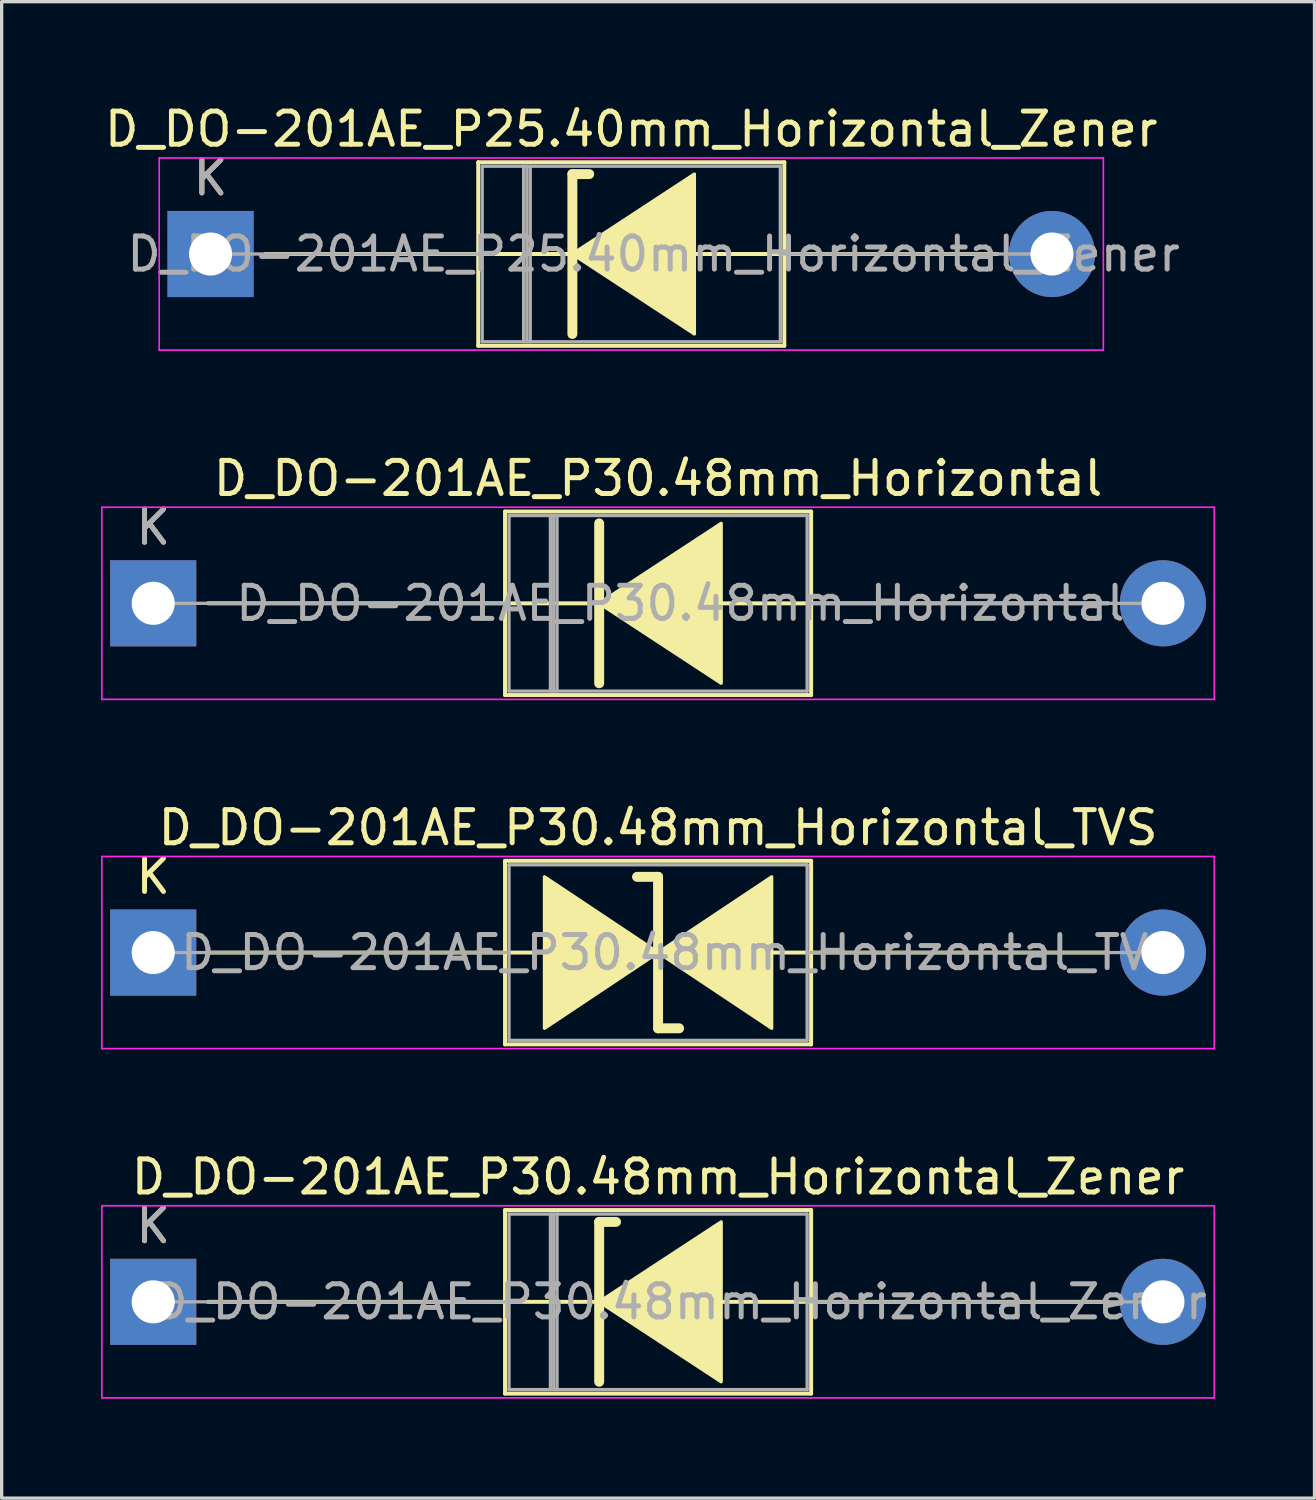
<source format=kicad_pcb>
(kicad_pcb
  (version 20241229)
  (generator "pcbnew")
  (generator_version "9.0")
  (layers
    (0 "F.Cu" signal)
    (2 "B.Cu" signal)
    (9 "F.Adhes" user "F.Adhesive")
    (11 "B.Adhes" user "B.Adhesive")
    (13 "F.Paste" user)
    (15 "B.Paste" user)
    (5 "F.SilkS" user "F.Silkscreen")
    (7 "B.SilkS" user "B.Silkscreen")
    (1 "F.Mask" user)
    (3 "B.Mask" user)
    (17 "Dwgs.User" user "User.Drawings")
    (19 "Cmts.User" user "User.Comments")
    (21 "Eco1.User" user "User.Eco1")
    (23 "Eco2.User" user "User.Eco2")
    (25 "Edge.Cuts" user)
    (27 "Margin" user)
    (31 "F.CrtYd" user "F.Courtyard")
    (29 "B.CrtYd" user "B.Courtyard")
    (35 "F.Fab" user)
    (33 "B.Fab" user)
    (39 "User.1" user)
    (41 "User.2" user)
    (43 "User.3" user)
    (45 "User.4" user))
  (footprint "D_DO-201AE_P25.40mm_Horizontal_Zener"
    (layer "F.Cu")
    (at 3.306 4.618)
    (property "Reference" "D_DO-201AE_P25.40mm_Horizontal_Zener" (at 12.7 -3.77 0) (layer "F.SilkS") (effects (font (size 1 1) (thickness 0.15))))
    (attr through_hole)
    (fp_line (start 1.651 0) (end 8.08 0) (stroke (width 0.12) (type solid)) (layer "F.SilkS"))
    (fp_line (start 8.08 -2.77) (end 8.08 2.77) (stroke (width 0.12) (type solid)) (layer "F.SilkS"))
    (fp_line (start 8.08 2.77) (end 17.32 2.77) (stroke (width 0.12) (type solid)) (layer "F.SilkS"))
    (fp_line (start 10.922 -2.413) (end 10.922 2.413) (stroke (width 0.3) (type solid)) (layer "F.SilkS"))
    (fp_line (start 10.922 -2.413) (end 11.43 -2.413) (stroke (width 0.3) (type solid)) (layer "F.SilkS"))
    (fp_line (start 11.049 0) (end 8.08 0) (stroke (width 0.12) (type solid)) (layer "F.SilkS"))
    (fp_line (start 14.605 0) (end 17.32 0) (stroke (width 0.12) (type solid)) (layer "F.SilkS"))
    (fp_line (start 17.32 -2.77) (end 8.08 -2.77) (stroke (width 0.12) (type solid)) (layer "F.SilkS"))
    (fp_line (start 17.32 2.77) (end 17.32 -2.77) (stroke (width 0.12) (type solid)) (layer "F.SilkS"))
    (fp_line (start 23.749 0) (end 17.32 0) (stroke (width 0.12) (type solid)) (layer "F.SilkS"))
    (fp_poly (pts (xy 14.605 2.413) (xy 10.922 0) (xy 14.605 -2.413)) (stroke (width 0.1) (type solid)) (fill yes) (layer "F.SilkS"))
    (fp_line (start -1.55 -2.9) (end -1.55 2.9) (stroke (width 0.05) (type solid)) (layer "F.CrtYd"))
    (fp_line (start -1.55 2.9) (end 26.95 2.9) (stroke (width 0.05) (type solid)) (layer "F.CrtYd"))
    (fp_line (start 26.95 -2.9) (end -1.55 -2.9) (stroke (width 0.05) (type solid)) (layer "F.CrtYd"))
    (fp_line (start 26.95 2.9) (end 26.95 -2.9) (stroke (width 0.05) (type solid)) (layer "F.CrtYd"))
    (fp_line (start 0 0) (end 8.2 0) (stroke (width 0.1) (type solid)) (layer "F.Fab"))
    (fp_line (start 8.2 -2.65) (end 8.2 2.65) (stroke (width 0.1) (type solid)) (layer "F.Fab"))
    (fp_line (start 8.2 2.65) (end 17.2 2.65) (stroke (width 0.1) (type solid)) (layer "F.Fab"))
    (fp_line (start 9.45 -2.65) (end 9.45 2.65) (stroke (width 0.1) (type solid)) (layer "F.Fab"))
    (fp_line (start 9.55 -2.65) (end 9.55 2.65) (stroke (width 0.1) (type solid)) (layer "F.Fab"))
    (fp_line (start 9.65 -2.65) (end 9.65 2.65) (stroke (width 0.1) (type solid)) (layer "F.Fab"))
    (fp_line (start 17.2 -2.65) (end 8.2 -2.65) (stroke (width 0.1) (type solid)) (layer "F.Fab"))
    (fp_line (start 17.2 2.65) (end 17.2 -2.65) (stroke (width 0.1) (type solid)) (layer "F.Fab"))
    (fp_line (start 25.4 0) (end 17.2 0) (stroke (width 0.1) (type solid)) (layer "F.Fab"))
    (fp_text user "K" (at 0 -2.3 0) (layer "F.SilkS") (effects (font (size 1 1) (thickness 0.15))))
    (fp_text user "${REFERENCE}" (at 13.375 0 0) (layer "F.Fab") (effects (font (size 1 1) (thickness 0.15))))
    (fp_text user "K" (at 0 -2.3 0) (layer "F.Fab") (effects (font (size 1 1) (thickness 0.15))))
    (pad "1" thru_hole rect (at 0 0) (size 2.6 2.6) (drill 1.3) (layers "*.Cu" "*.Mask"))
    (pad "2" thru_hole oval (at 25.4 0) (size 2.6 2.6) (drill 1.3) (layers "*.Cu" "*.Mask")))
  (footprint "D_DO-201AE_P30.48mm_Horizontal"
    (layer "F.Cu")
    (at 1.575 15.162)
    (property "Reference" "D_DO-201AE_P30.48mm_Horizontal" (at 15.24 -3.77 0) (layer "F.SilkS") (effects (font (size 1 1) (thickness 0.15))))
    (attr through_hole)
    (fp_line (start 1.651 0) (end 10.62 0) (stroke (width 0.12) (type solid)) (layer "F.SilkS"))
    (fp_line (start 10.62 -2.77) (end 10.62 2.77) (stroke (width 0.12) (type solid)) (layer "F.SilkS"))
    (fp_line (start 10.62 2.77) (end 19.86 2.77) (stroke (width 0.12) (type solid)) (layer "F.SilkS"))
    (fp_line (start 13.462 -2.413) (end 13.462 2.413) (stroke (width 0.3) (type solid)) (layer "F.SilkS"))
    (fp_line (start 13.589 0) (end 10.62 0) (stroke (width 0.12) (type solid)) (layer "F.SilkS"))
    (fp_line (start 17.145 0) (end 19.86 0) (stroke (width 0.12) (type solid)) (layer "F.SilkS"))
    (fp_line (start 19.86 -2.77) (end 10.62 -2.77) (stroke (width 0.12) (type solid)) (layer "F.SilkS"))
    (fp_line (start 19.86 2.77) (end 19.86 -2.77) (stroke (width 0.12) (type solid)) (layer "F.SilkS"))
    (fp_line (start 28.829 0) (end 19.86 0) (stroke (width 0.12) (type solid)) (layer "F.SilkS"))
    (fp_poly (pts (xy 17.145 2.413) (xy 13.462 0) (xy 17.145 -2.413)) (stroke (width 0.1) (type solid)) (fill yes) (layer "F.SilkS"))
    (fp_line (start -1.55 -2.9) (end -1.55 2.9) (stroke (width 0.05) (type solid)) (layer "F.CrtYd"))
    (fp_line (start -1.55 2.9) (end 32.03 2.9) (stroke (width 0.05) (type solid)) (layer "F.CrtYd"))
    (fp_line (start 32.03 -2.9) (end -1.55 -2.9) (stroke (width 0.05) (type solid)) (layer "F.CrtYd"))
    (fp_line (start 32.03 2.9) (end 32.03 -2.9) (stroke (width 0.05) (type solid)) (layer "F.CrtYd"))
    (fp_line (start 0 0) (end 10.74 0) (stroke (width 0.1) (type solid)) (layer "F.Fab"))
    (fp_line (start 10.74 -2.65) (end 10.74 2.65) (stroke (width 0.1) (type solid)) (layer "F.Fab"))
    (fp_line (start 10.74 2.65) (end 19.74 2.65) (stroke (width 0.1) (type solid)) (layer "F.Fab"))
    (fp_line (start 11.99 -2.65) (end 11.99 2.65) (stroke (width 0.1) (type solid)) (layer "F.Fab"))
    (fp_line (start 12.09 -2.65) (end 12.09 2.65) (stroke (width 0.1) (type solid)) (layer "F.Fab"))
    (fp_line (start 12.19 -2.65) (end 12.19 2.65) (stroke (width 0.1) (type solid)) (layer "F.Fab"))
    (fp_line (start 19.74 -2.65) (end 10.74 -2.65) (stroke (width 0.1) (type solid)) (layer "F.Fab"))
    (fp_line (start 19.74 2.65) (end 19.74 -2.65) (stroke (width 0.1) (type solid)) (layer "F.Fab"))
    (fp_line (start 30.48 0) (end 19.74 0) (stroke (width 0.1) (type solid)) (layer "F.Fab"))
    (fp_text user "K" (at 0 -2.3 0) (layer "F.SilkS") (effects (font (size 1 1) (thickness 0.15))))
    (fp_text user "${REFERENCE}" (at 15.915 0 0) (layer "F.Fab") (effects (font (size 1 1) (thickness 0.15))))
    (fp_text user "K" (at 0 -2.3 0) (layer "F.Fab") (effects (font (size 1 1) (thickness 0.15))))
    (pad "1" thru_hole rect (at 0 0) (size 2.6 2.6) (drill 1.3) (layers "*.Cu" "*.Mask"))
    (pad "2" thru_hole oval (at 30.48 0) (size 2.6 2.6) (drill 1.3) (layers "*.Cu" "*.Mask")))
  (footprint "D_DO-201AE_P30.48mm_Horizontal_Zener"
    (layer "F.Cu")
    (at 1.575 36.248)
    (property "Reference" "D_DO-201AE_P30.48mm_Horizontal_Zener" (at 15.24 -3.77 0) (layer "F.SilkS") (effects (font (size 1 1) (thickness 0.15))))
    (attr through_hole)
    (fp_line (start 1.651 0) (end 10.62 0) (stroke (width 0.12) (type solid)) (layer "F.SilkS"))
    (fp_line (start 10.62 -2.77) (end 10.62 2.77) (stroke (width 0.12) (type solid)) (layer "F.SilkS"))
    (fp_line (start 10.62 2.77) (end 19.86 2.77) (stroke (width 0.12) (type solid)) (layer "F.SilkS"))
    (fp_line (start 13.462 -2.413) (end 13.462 2.413) (stroke (width 0.3) (type solid)) (layer "F.SilkS"))
    (fp_line (start 13.462 -2.413) (end 13.97 -2.413) (stroke (width 0.3) (type solid)) (layer "F.SilkS"))
    (fp_line (start 13.589 0) (end 10.62 0) (stroke (width 0.12) (type solid)) (layer "F.SilkS"))
    (fp_line (start 17.145 0) (end 19.86 0) (stroke (width 0.12) (type solid)) (layer "F.SilkS"))
    (fp_line (start 19.86 -2.77) (end 10.62 -2.77) (stroke (width 0.12) (type solid)) (layer "F.SilkS"))
    (fp_line (start 19.86 2.77) (end 19.86 -2.77) (stroke (width 0.12) (type solid)) (layer "F.SilkS"))
    (fp_line (start 28.829 0) (end 19.86 0) (stroke (width 0.12) (type solid)) (layer "F.SilkS"))
    (fp_poly (pts (xy 17.145 2.413) (xy 13.462 0) (xy 17.145 -2.413)) (stroke (width 0.1) (type solid)) (fill yes) (layer "F.SilkS"))
    (fp_line (start -1.55 -2.9) (end -1.55 2.9) (stroke (width 0.05) (type solid)) (layer "F.CrtYd"))
    (fp_line (start -1.55 2.9) (end 32.03 2.9) (stroke (width 0.05) (type solid)) (layer "F.CrtYd"))
    (fp_line (start 32.03 -2.9) (end -1.55 -2.9) (stroke (width 0.05) (type solid)) (layer "F.CrtYd"))
    (fp_line (start 32.03 2.9) (end 32.03 -2.9) (stroke (width 0.05) (type solid)) (layer "F.CrtYd"))
    (fp_line (start 0 0) (end 10.74 0) (stroke (width 0.1) (type solid)) (layer "F.Fab"))
    (fp_line (start 10.74 -2.65) (end 10.74 2.65) (stroke (width 0.1) (type solid)) (layer "F.Fab"))
    (fp_line (start 10.74 2.65) (end 19.74 2.65) (stroke (width 0.1) (type solid)) (layer "F.Fab"))
    (fp_line (start 11.99 -2.65) (end 11.99 2.65) (stroke (width 0.1) (type solid)) (layer "F.Fab"))
    (fp_line (start 12.09 -2.65) (end 12.09 2.65) (stroke (width 0.1) (type solid)) (layer "F.Fab"))
    (fp_line (start 12.19 -2.65) (end 12.19 2.65) (stroke (width 0.1) (type solid)) (layer "F.Fab"))
    (fp_line (start 19.74 -2.65) (end 10.74 -2.65) (stroke (width 0.1) (type solid)) (layer "F.Fab"))
    (fp_line (start 19.74 2.65) (end 19.74 -2.65) (stroke (width 0.1) (type solid)) (layer "F.Fab"))
    (fp_line (start 30.48 0) (end 19.74 0) (stroke (width 0.1) (type solid)) (layer "F.Fab"))
    (fp_text user "K" (at 0 -2.3 0) (layer "F.SilkS") (effects (font (size 1 1) (thickness 0.15))))
    (fp_text user "K" (at 0 -2.3 0) (layer "F.Fab") (effects (font (size 1 1) (thickness 0.15))))
    (fp_text user "${REFERENCE}" (at 15.915 0 0) (layer "F.Fab") (effects (font (size 1 1) (thickness 0.15))))
    (pad "1" thru_hole rect (at 0 0) (size 2.6 2.6) (drill 1.3) (layers "*.Cu" "*.Mask"))
    (pad "2" thru_hole oval (at 30.48 0) (size 2.6 2.6) (drill 1.3) (layers "*.Cu" "*.Mask")))
  (footprint "D_DO-201AE_P30.48mm_Horizontal_TVS"
    (layer "F.Cu")
    (at 1.575 25.705)
    (property "Reference" "D_DO-201AE_P30.48mm_Horizontal_TVS" (at 15.24 -3.77 0) (layer "F.SilkS") (effects (font (size 1 1) (thickness 0.15))))
    (attr through_hole)
    (fp_line (start 1.651 0) (end 10.62 0) (stroke (width 0.12) (type solid)) (layer "F.SilkS"))
    (fp_line (start 10.62 -2.77) (end 10.62 2.77) (stroke (width 0.12) (type solid)) (layer "F.SilkS"))
    (fp_line (start 10.62 0) (end 11.811 0) (stroke (width 0.12) (type solid)) (layer "F.SilkS"))
    (fp_line (start 10.62 2.77) (end 19.86 2.77) (stroke (width 0.12) (type solid)) (layer "F.SilkS"))
    (fp_line (start 15.24 -2.286) (end 14.605 -2.286) (stroke (width 0.3) (type solid)) (layer "F.SilkS"))
    (fp_line (start 15.24 2.286) (end 15.24 -2.286) (stroke (width 0.3) (type solid)) (layer "F.SilkS"))
    (fp_line (start 15.875 2.286) (end 15.24 2.286) (stroke (width 0.3) (type solid)) (layer "F.SilkS"))
    (fp_line (start 18.669 0) (end 19.86 0) (stroke (width 0.12) (type solid)) (layer "F.SilkS"))
    (fp_line (start 19.86 -2.77) (end 10.62 -2.77) (stroke (width 0.12) (type solid)) (layer "F.SilkS"))
    (fp_line (start 19.86 2.77) (end 19.86 -2.77) (stroke (width 0.12) (type solid)) (layer "F.SilkS"))
    (fp_line (start 28.829 0) (end 19.86 0) (stroke (width 0.12) (type solid)) (layer "F.SilkS"))
    (fp_poly (pts (xy 15.24 0) (xy 11.811 2.286) (xy 11.811 -2.286)) (stroke (width 0.1) (type solid)) (fill yes) (layer "F.SilkS"))
    (fp_poly (pts (xy 15.24 0) (xy 18.669 -2.286) (xy 18.669 2.286)) (stroke (width 0.1) (type solid)) (fill yes) (layer "F.SilkS"))
    (fp_line (start -1.55 -2.9) (end -1.55 2.9) (stroke (width 0.05) (type solid)) (layer "F.CrtYd"))
    (fp_line (start -1.55 2.9) (end 32.03 2.9) (stroke (width 0.05) (type solid)) (layer "F.CrtYd"))
    (fp_line (start 32.03 -2.9) (end -1.55 -2.9) (stroke (width 0.05) (type solid)) (layer "F.CrtYd"))
    (fp_line (start 32.03 2.9) (end 32.03 -2.9) (stroke (width 0.05) (type solid)) (layer "F.CrtYd"))
    (fp_line (start 0 0) (end 10.74 0) (stroke (width 0.1) (type solid)) (layer "F.Fab"))
    (fp_line (start 10.74 -2.65) (end 10.74 2.65) (stroke (width 0.1) (type solid)) (layer "F.Fab"))
    (fp_line (start 10.74 2.65) (end 19.74 2.65) (stroke (width 0.1) (type solid)) (layer "F.Fab"))
    (fp_line (start 19.74 -2.65) (end 10.74 -2.65) (stroke (width 0.1) (type solid)) (layer "F.Fab"))
    (fp_line (start 19.74 2.65) (end 19.74 -2.65) (stroke (width 0.1) (type solid)) (layer "F.Fab"))
    (fp_line (start 30.48 0) (end 19.74 0) (stroke (width 0.1) (type solid)) (layer "F.Fab"))
    (fp_text user "K" (at 0 -2.3 0) (layer "F.SilkS") (effects (font (size 1 1) (thickness 0.15))))
    (fp_text user "${REFERENCE}" (at 15.915 0 0) (layer "F.Fab") (effects (font (size 1 1) (thickness 0.15))))
    (pad "1" thru_hole rect (at 0 0) (size 2.6 2.6) (drill 1.3) (layers "*.Cu" "*.Mask"))
    (pad "2" thru_hole oval (at 30.48 0) (size 2.6 2.6) (drill 1.3) (layers "*.Cu" "*.Mask")))
  (gr_rect
    (start -3 -3)
    (end 36.63 42.173)
    (stroke (width 0.1) (type default))
    (fill no)
    (layer "Edge.Cuts")))
</source>
